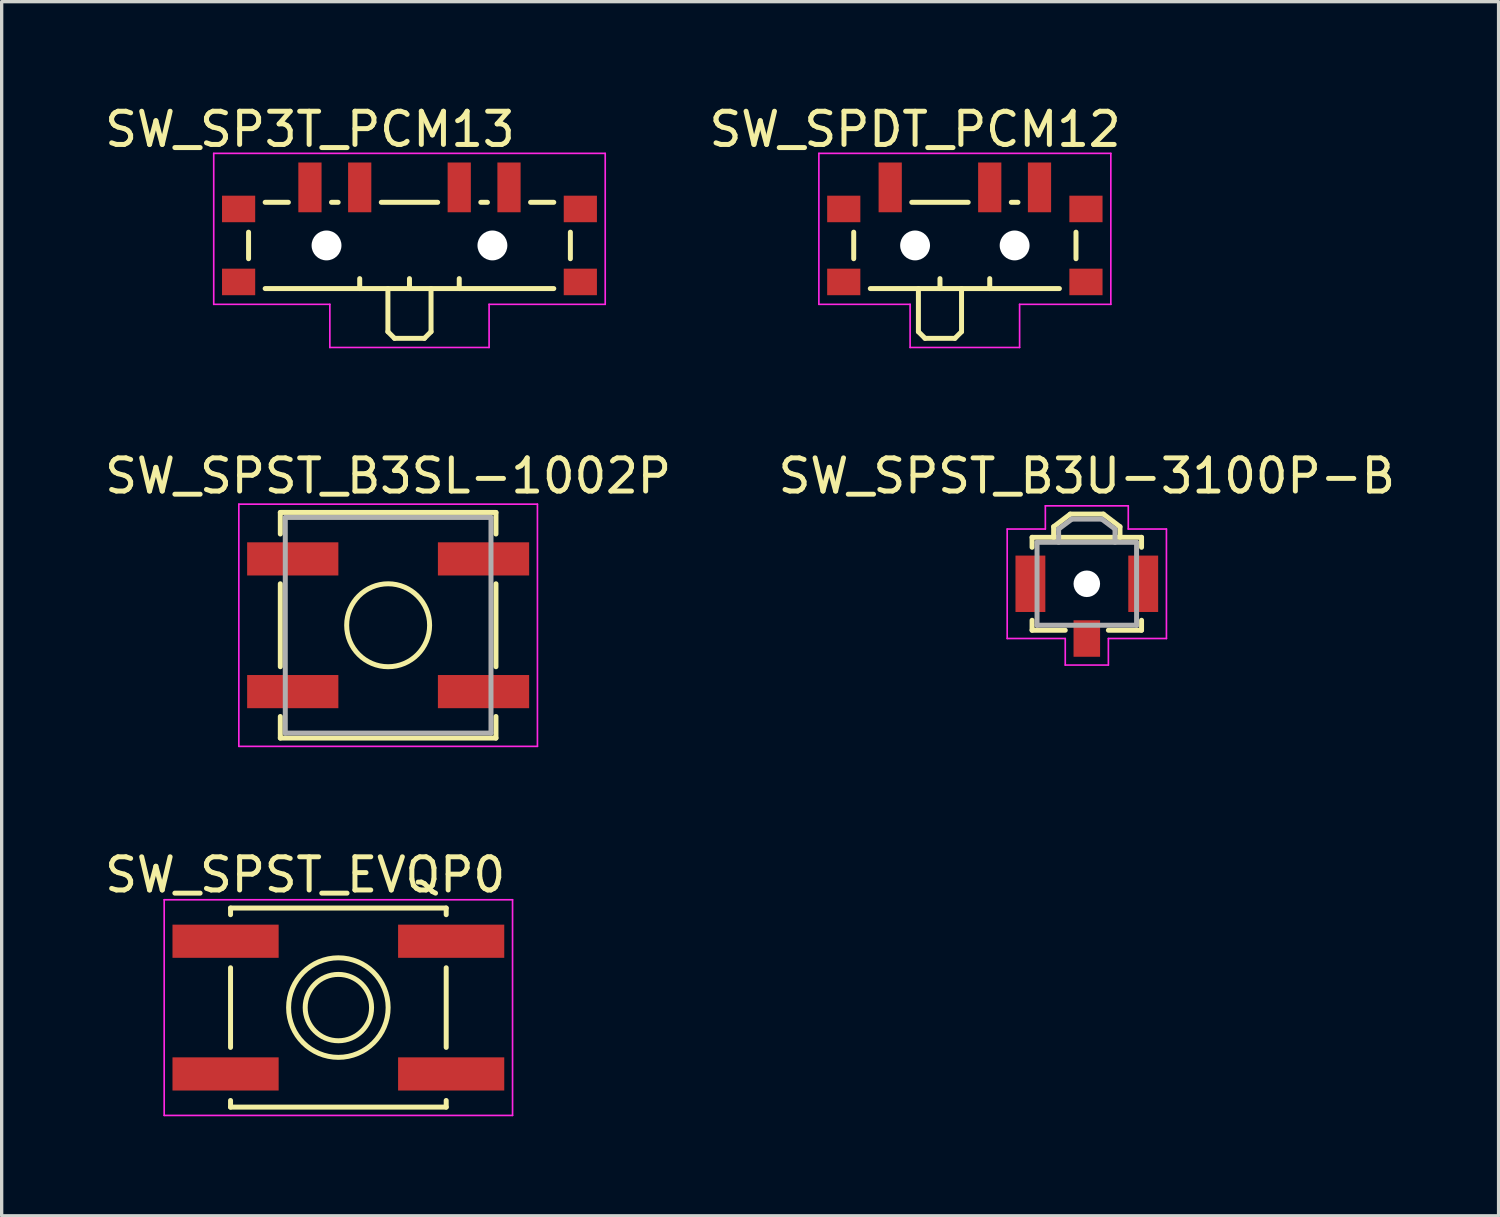
<source format=kicad_pcb>
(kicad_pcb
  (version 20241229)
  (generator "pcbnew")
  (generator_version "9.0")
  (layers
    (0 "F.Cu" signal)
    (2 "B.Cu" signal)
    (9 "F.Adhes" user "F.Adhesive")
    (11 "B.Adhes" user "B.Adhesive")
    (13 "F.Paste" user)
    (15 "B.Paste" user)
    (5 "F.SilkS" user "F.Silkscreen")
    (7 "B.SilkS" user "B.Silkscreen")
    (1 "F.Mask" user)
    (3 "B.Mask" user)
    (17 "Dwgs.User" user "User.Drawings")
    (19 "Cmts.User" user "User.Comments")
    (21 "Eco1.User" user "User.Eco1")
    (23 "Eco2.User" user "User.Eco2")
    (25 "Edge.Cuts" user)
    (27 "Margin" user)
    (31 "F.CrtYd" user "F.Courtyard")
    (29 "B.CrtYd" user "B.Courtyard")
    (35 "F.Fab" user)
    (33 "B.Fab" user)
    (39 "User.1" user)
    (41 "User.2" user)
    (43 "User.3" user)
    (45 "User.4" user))
  (footprint "SW_SPST_EVQP0"
    (layer "F.Cu")
    (at 7.149 27.32)
    (property "Reference" "SW_SPST_EVQP0" (at -1 -4 0) (layer "F.SilkS") (effects (font (size 1 1) (thickness 0.15))))
    (attr smd)
    (fp_line (start -3.25 -3) (end -3.25 -2.8) (stroke (width 0.15) (type solid)) (layer "F.SilkS"))
    (fp_line (start -3.25 -1.2) (end -3.25 1.2) (stroke (width 0.15) (type solid)) (layer "F.SilkS"))
    (fp_line (start -3.25 3) (end -3.25 2.8) (stroke (width 0.15) (type solid)) (layer "F.SilkS"))
    (fp_line (start -3.25 3) (end 3.25 3) (stroke (width 0.15) (type solid)) (layer "F.SilkS"))
    (fp_line (start 3.25 -3) (end -3.25 -3) (stroke (width 0.15) (type solid)) (layer "F.SilkS"))
    (fp_line (start 3.25 -3) (end 3.25 -2.8) (stroke (width 0.15) (type solid)) (layer "F.SilkS"))
    (fp_line (start 3.25 -1.2) (end 3.25 1.2) (stroke (width 0.15) (type solid)) (layer "F.SilkS"))
    (fp_line (start 3.25 3) (end 3.25 2.8) (stroke (width 0.15) (type solid)) (layer "F.SilkS"))
    (fp_circle (center 0 0) (end 1 0) (stroke (width 0.15) (type solid)) (fill no) (layer "F.SilkS"))
    (fp_circle (center 0 0) (end 1.5 0) (stroke (width 0.15) (type solid)) (fill no) (layer "F.SilkS"))
    (fp_line (start -5.25 -3.25) (end 5.25 -3.25) (stroke (width 0.05) (type solid)) (layer "F.CrtYd"))
    (fp_line (start -5.25 3.25) (end -5.25 -3.25) (stroke (width 0.05) (type solid)) (layer "F.CrtYd"))
    (fp_line (start 5.25 -3.25) (end 5.25 3.25) (stroke (width 0.05) (type solid)) (layer "F.CrtYd"))
    (fp_line (start 5.25 3.25) (end -5.25 3.25) (stroke (width 0.05) (type solid)) (layer "F.CrtYd"))
    (pad "1" smd rect (at -3.4 -2) (size 3.2 1) (layers "F.Cu" "F.Mask" "F.Paste"))
    (pad "1" smd rect (at 3.4 -2) (size 3.2 1) (layers "F.Cu" "F.Mask" "F.Paste"))
    (pad "2" smd rect (at -3.4 2) (size 3.2 1) (layers "F.Cu" "F.Mask" "F.Paste"))
    (pad "2" smd rect (at 3.4 2) (size 3.2 1) (layers "F.Cu" "F.Mask" "F.Paste")))
  (footprint "SW_SPST_B3SL-1002P"
    (layer "F.Cu")
    (at 8.649 15.796)
    (property "Reference" "SW_SPST_B3SL-1002P" (at 0 -4.5 0) (layer "F.SilkS") (effects (font (size 1 1) (thickness 0.15))))
    (attr smd)
    (fp_line (start -3.25 -3.4) (end -3.25 -2.75) (stroke (width 0.15) (type solid)) (layer "F.SilkS"))
    (fp_line (start -3.25 -1.25) (end -3.25 1.25) (stroke (width 0.15) (type solid)) (layer "F.SilkS"))
    (fp_line (start -3.25 3.4) (end -3.25 2.75) (stroke (width 0.15) (type solid)) (layer "F.SilkS"))
    (fp_line (start 3.25 -3.4) (end -3.25 -3.4) (stroke (width 0.15) (type solid)) (layer "F.SilkS"))
    (fp_line (start 3.25 -2.75) (end 3.25 -3.4) (stroke (width 0.15) (type solid)) (layer "F.SilkS"))
    (fp_line (start 3.25 -1.25) (end 3.25 1.25) (stroke (width 0.15) (type solid)) (layer "F.SilkS"))
    (fp_line (start 3.25 2.75) (end 3.25 3.4) (stroke (width 0.15) (type solid)) (layer "F.SilkS"))
    (fp_line (start 3.25 3.4) (end -3.25 3.4) (stroke (width 0.15) (type solid)) (layer "F.SilkS"))
    (fp_circle (center 0 0) (end 1.25 0) (stroke (width 0.15) (type solid)) (fill no) (layer "F.SilkS"))
    (fp_line (start -4.5 -3.65) (end -4.5 3.65) (stroke (width 0.05) (type solid)) (layer "F.CrtYd"))
    (fp_line (start -4.5 3.65) (end 4.5 3.65) (stroke (width 0.05) (type solid)) (layer "F.CrtYd"))
    (fp_line (start 4.5 -3.65) (end -4.5 -3.65) (stroke (width 0.05) (type solid)) (layer "F.CrtYd"))
    (fp_line (start 4.5 3.65) (end 4.5 -3.65) (stroke (width 0.05) (type solid)) (layer "F.CrtYd"))
    (fp_line (start -3.1 -3.25) (end 3.1 -3.25) (stroke (width 0.15) (type solid)) (layer "F.Fab"))
    (fp_line (start -3.1 3.25) (end -3.1 -3.25) (stroke (width 0.15) (type solid)) (layer "F.Fab"))
    (fp_line (start 3.1 -3.25) (end 3.1 3.25) (stroke (width 0.15) (type solid)) (layer "F.Fab"))
    (fp_line (start 3.1 3.25) (end -3.1 3.25) (stroke (width 0.15) (type solid)) (layer "F.Fab"))
    (pad "1" smd rect (at -2.875 -2) (size 2.75 1) (layers "F.Cu" "F.Mask" "F.Paste"))
    (pad "1" smd rect (at 2.875 -2) (size 2.75 1) (layers "F.Cu" "F.Mask" "F.Paste"))
    (pad "2" smd rect (at -2.875 2) (size 2.75 1) (layers "F.Cu" "F.Mask" "F.Paste"))
    (pad "2" smd rect (at 2.875 2) (size 2.75 1) (layers "F.Cu" "F.Mask" "F.Paste")))
  (footprint "SW_SP3T_PCM13"
    (layer "F.Cu")
    (at 9.292 4.023)
    (property "Reference" "SW_SP3T_PCM13" (at -3 -3.175 0) (layer "F.SilkS") (effects (font (size 1 1) (thickness 0.15))))
    (attr smd)
    (fp_line (start -4.85 -0.075) (end -4.85 0.725) (stroke (width 0.15) (type solid)) (layer "F.SilkS"))
    (fp_line (start -4.35 -0.975) (end -3.65 -0.975) (stroke (width 0.15) (type solid)) (layer "F.SilkS"))
    (fp_line (start -4.35 1.625) (end 4.35 1.625) (stroke (width 0.15) (type solid)) (layer "F.SilkS"))
    (fp_line (start -2.35 -0.975) (end -2.15 -0.975) (stroke (width 0.15) (type solid)) (layer "F.SilkS"))
    (fp_line (start -1.5 1.625) (end -1.5 1.325) (stroke (width 0.15) (type solid)) (layer "F.SilkS"))
    (fp_line (start -0.85 -0.975) (end 0.85 -0.975) (stroke (width 0.15) (type solid)) (layer "F.SilkS"))
    (fp_line (start -0.65 1.625) (end -0.65 2.925) (stroke (width 0.15) (type solid)) (layer "F.SilkS"))
    (fp_line (start -0.65 2.925) (end -0.45 3.125) (stroke (width 0.15) (type solid)) (layer "F.SilkS"))
    (fp_line (start 0 1.325) (end 0 1.625) (stroke (width 0.15) (type solid)) (layer "F.SilkS"))
    (fp_line (start 0.45 3.125) (end -0.45 3.125) (stroke (width 0.15) (type solid)) (layer "F.SilkS"))
    (fp_line (start 0.65 2.925) (end 0.45 3.125) (stroke (width 0.15) (type solid)) (layer "F.SilkS"))
    (fp_line (start 0.65 2.925) (end 0.65 1.625) (stroke (width 0.15) (type solid)) (layer "F.SilkS"))
    (fp_line (start 1.5 1.325) (end 1.5 1.625) (stroke (width 0.15) (type solid)) (layer "F.SilkS"))
    (fp_line (start 2.15 -0.975) (end 2.35 -0.975) (stroke (width 0.15) (type solid)) (layer "F.SilkS"))
    (fp_line (start 3.65 -0.975) (end 4.35 -0.975) (stroke (width 0.15) (type solid)) (layer "F.SilkS"))
    (fp_line (start 4.85 0.725) (end 4.85 -0.075) (stroke (width 0.15) (type solid)) (layer "F.SilkS"))
    (fp_line (start -5.9 -2.45) (end 5.9 -2.45) (stroke (width 0.05) (type solid)) (layer "F.CrtYd"))
    (fp_line (start -5.9 2.1) (end -5.9 -2.45) (stroke (width 0.05) (type solid)) (layer "F.CrtYd"))
    (fp_line (start -2.4 2.1) (end -5.9 2.1) (stroke (width 0.05) (type solid)) (layer "F.CrtYd"))
    (fp_line (start -2.4 3.4) (end -2.4 2.1) (stroke (width 0.05) (type solid)) (layer "F.CrtYd"))
    (fp_line (start 2.4 2.1) (end 2.4 3.4) (stroke (width 0.05) (type solid)) (layer "F.CrtYd"))
    (fp_line (start 2.4 3.4) (end -2.4 3.4) (stroke (width 0.05) (type solid)) (layer "F.CrtYd"))
    (fp_line (start 5.9 -2.45) (end 5.9 2.1) (stroke (width 0.05) (type solid)) (layer "F.CrtYd"))
    (fp_line (start 5.9 2.1) (end 2.4 2.1) (stroke (width 0.05) (type solid)) (layer "F.CrtYd"))
    (pad "" smd rect (at -5.15 -0.775) (size 1 0.8) (layers "F.Cu" "F.Mask" "F.Paste"))
    (pad "" smd rect (at -5.15 1.425) (size 1 0.8) (layers "F.Cu" "F.Mask" "F.Paste"))
    (pad "" np_thru_hole circle (at -2.5 0.325) (size 0.9 0.9) (drill 0.9) (layers "*.Cu" "*.Mask"))
    (pad "" np_thru_hole circle (at 2.5 0.325) (size 0.9 0.9) (drill 0.9) (layers "*.Cu" "*.Mask"))
    (pad "" smd rect (at 5.15 -0.775) (size 1 0.8) (layers "F.Cu" "F.Mask" "F.Paste"))
    (pad "" smd rect (at 5.15 1.425) (size 1 0.8) (layers "F.Cu" "F.Mask" "F.Paste"))
    (pad "1" smd rect (at -3 -1.425) (size 0.7 1.5) (layers "F.Cu" "F.Mask" "F.Paste"))
    (pad "2" smd rect (at -1.5 -1.425) (size 0.7 1.5) (layers "F.Cu" "F.Mask" "F.Paste"))
    (pad "3" smd rect (at 1.5 -1.425) (size 0.7 1.5) (layers "F.Cu" "F.Mask" "F.Paste"))
    (pad "4" smd rect (at 3 -1.425) (size 0.7 1.5) (layers "F.Cu" "F.Mask" "F.Paste")))
  (footprint "SW_SPDT_PCM12"
    (layer "F.Cu")
    (at 26.032 4.023)
    (property "Reference" "SW_SPDT_PCM12" (at -1.5 -3.175 0) (layer "F.SilkS") (effects (font (size 1 1) (thickness 0.15))))
    (attr smd)
    (fp_line (start -3.35 -0.075) (end -3.35 0.725) (stroke (width 0.15) (type solid)) (layer "F.SilkS"))
    (fp_line (start -2.85 1.625) (end 2.85 1.625) (stroke (width 0.15) (type solid)) (layer "F.SilkS"))
    (fp_line (start -1.6 -0.975) (end 0.1 -0.975) (stroke (width 0.15) (type solid)) (layer "F.SilkS"))
    (fp_line (start -1.4 1.625) (end -1.4 2.925) (stroke (width 0.15) (type solid)) (layer "F.SilkS"))
    (fp_line (start -1.4 2.925) (end -1.2 3.125) (stroke (width 0.15) (type solid)) (layer "F.SilkS"))
    (fp_line (start -1.2 3.125) (end -0.3 3.125) (stroke (width 0.15) (type solid)) (layer "F.SilkS"))
    (fp_line (start -0.75 1.325) (end -0.75 1.625) (stroke (width 0.15) (type solid)) (layer "F.SilkS"))
    (fp_line (start -0.1 2.925) (end -0.3 3.125) (stroke (width 0.15) (type solid)) (layer "F.SilkS"))
    (fp_line (start -0.1 2.925) (end -0.1 1.625) (stroke (width 0.15) (type solid)) (layer "F.SilkS"))
    (fp_line (start 0.75 1.325) (end 0.75 1.625) (stroke (width 0.15) (type solid)) (layer "F.SilkS"))
    (fp_line (start 1.4 -0.975) (end 1.6 -0.975) (stroke (width 0.15) (type solid)) (layer "F.SilkS"))
    (fp_line (start 3.35 0.725) (end 3.35 -0.075) (stroke (width 0.15) (type solid)) (layer "F.SilkS"))
    (fp_line (start -4.4 -2.45) (end 4.4 -2.45) (stroke (width 0.05) (type solid)) (layer "F.CrtYd"))
    (fp_line (start -4.4 2.1) (end -4.4 -2.45) (stroke (width 0.05) (type solid)) (layer "F.CrtYd"))
    (fp_line (start -1.65 2.1) (end -4.4 2.1) (stroke (width 0.05) (type solid)) (layer "F.CrtYd"))
    (fp_line (start -1.65 3.4) (end -1.65 2.1) (stroke (width 0.05) (type solid)) (layer "F.CrtYd"))
    (fp_line (start 1.65 2.1) (end 1.65 3.4) (stroke (width 0.05) (type solid)) (layer "F.CrtYd"))
    (fp_line (start 1.65 3.4) (end -1.65 3.4) (stroke (width 0.05) (type solid)) (layer "F.CrtYd"))
    (fp_line (start 4.4 -2.45) (end 4.4 2.1) (stroke (width 0.05) (type solid)) (layer "F.CrtYd"))
    (fp_line (start 4.4 2.1) (end 1.65 2.1) (stroke (width 0.05) (type solid)) (layer "F.CrtYd"))
    (pad "" smd rect (at -3.65 -0.775) (size 1 0.8) (layers "F.Cu" "F.Mask" "F.Paste"))
    (pad "" smd rect (at -3.65 1.425) (size 1 0.8) (layers "F.Cu" "F.Mask" "F.Paste"))
    (pad "" np_thru_hole circle (at -1.5 0.325) (size 0.9 0.9) (drill 0.9) (layers "*.Cu" "*.Mask"))
    (pad "" np_thru_hole circle (at 1.5 0.325) (size 0.9 0.9) (drill 0.9) (layers "*.Cu" "*.Mask"))
    (pad "" smd rect (at 3.65 -0.775) (size 1 0.8) (layers "F.Cu" "F.Mask" "F.Paste"))
    (pad "" smd rect (at 3.65 1.425) (size 1 0.8) (layers "F.Cu" "F.Mask" "F.Paste"))
    (pad "1" smd rect (at -2.25 -1.425) (size 0.7 1.5) (layers "F.Cu" "F.Mask" "F.Paste"))
    (pad "2" smd rect (at 0.75 -1.425) (size 0.7 1.5) (layers "F.Cu" "F.Mask" "F.Paste"))
    (pad "3" smd rect (at 2.25 -1.425) (size 0.7 1.5) (layers "F.Cu" "F.Mask" "F.Paste")))
  (footprint "SW_SPST_B3U-3100P-B"
    (layer "F.Cu")
    (at 29.708 14.546)
    (property "Reference" "SW_SPST_B3U-3100P-B" (at 0 -3.25 0) (layer "F.SilkS") (effects (font (size 1 1) (thickness 0.15))))
    (attr smd)
    (fp_line (start -1.65 -1.4) (end 1.65 -1.4) (stroke (width 0.15) (type solid)) (layer "F.SilkS"))
    (fp_line (start -1.65 -1.1) (end -1.65 -1.4) (stroke (width 0.15) (type solid)) (layer "F.SilkS"))
    (fp_line (start -1.65 1.1) (end -1.65 1.4) (stroke (width 0.15) (type solid)) (layer "F.SilkS"))
    (fp_line (start -1.65 1.4) (end -0.65 1.4) (stroke (width 0.15) (type solid)) (layer "F.SilkS"))
    (fp_line (start -1 -1.72) (end -1 -1.4) (stroke (width 0.15) (type solid)) (layer "F.SilkS"))
    (fp_line (start -0.5 -2.1) (end -1 -1.72) (stroke (width 0.15) (type solid)) (layer "F.SilkS"))
    (fp_line (start -0.5 -2.1) (end 0.5 -2.1) (stroke (width 0.15) (type solid)) (layer "F.SilkS"))
    (fp_line (start 0.5 -2.1) (end 1 -1.72) (stroke (width 0.15) (type solid)) (layer "F.SilkS"))
    (fp_line (start 1 -1.72) (end 1 -1.4) (stroke (width 0.15) (type solid)) (layer "F.SilkS"))
    (fp_line (start 1.65 -1.4) (end 1.65 -1.1) (stroke (width 0.15) (type solid)) (layer "F.SilkS"))
    (fp_line (start 1.65 1.4) (end 0.65 1.4) (stroke (width 0.15) (type solid)) (layer "F.SilkS"))
    (fp_line (start 1.65 1.4) (end 1.65 1.1) (stroke (width 0.15) (type solid)) (layer "F.SilkS"))
    (fp_line (start -2.4 -1.65) (end -2.4 1.65) (stroke (width 0.05) (type solid)) (layer "F.CrtYd"))
    (fp_line (start -2.4 1.65) (end -0.65 1.65) (stroke (width 0.05) (type solid)) (layer "F.CrtYd"))
    (fp_line (start -1.25 -2.35) (end 1.25 -2.35) (stroke (width 0.05) (type solid)) (layer "F.CrtYd"))
    (fp_line (start -1.25 -1.65) (end -2.4 -1.65) (stroke (width 0.05) (type solid)) (layer "F.CrtYd"))
    (fp_line (start -1.25 -1.65) (end -1.25 -2.35) (stroke (width 0.05) (type solid)) (layer "F.CrtYd"))
    (fp_line (start -0.65 1.65) (end -0.65 2.45) (stroke (width 0.05) (type solid)) (layer "F.CrtYd"))
    (fp_line (start -0.65 2.45) (end 0.65 2.45) (stroke (width 0.05) (type solid)) (layer "F.CrtYd"))
    (fp_line (start 0.65 1.65) (end 2.4 1.65) (stroke (width 0.05) (type solid)) (layer "F.CrtYd"))
    (fp_line (start 0.65 2.45) (end 0.65 1.65) (stroke (width 0.05) (type solid)) (layer "F.CrtYd"))
    (fp_line (start 1.25 -2.35) (end 1.25 -1.65) (stroke (width 0.05) (type solid)) (layer "F.CrtYd"))
    (fp_line (start 1.25 -1.65) (end 2.4 -1.65) (stroke (width 0.05) (type solid)) (layer "F.CrtYd"))
    (fp_line (start 2.4 1.65) (end 2.4 -1.65) (stroke (width 0.05) (type solid)) (layer "F.CrtYd"))
    (fp_line (start -1.5 -1.25) (end 1.5 -1.25) (stroke (width 0.15) (type solid)) (layer "F.Fab"))
    (fp_line (start -1.5 1.25) (end -1.5 -1.25) (stroke (width 0.15) (type solid)) (layer "F.Fab"))
    (fp_line (start -0.85 -1.65) (end -0.45 -1.95) (stroke (width 0.15) (type solid)) (layer "F.Fab"))
    (fp_line (start -0.85 -1.25) (end -0.85 -1.65) (stroke (width 0.15) (type solid)) (layer "F.Fab"))
    (fp_line (start -0.45 -1.95) (end 0.45 -1.95) (stroke (width 0.15) (type solid)) (layer "F.Fab"))
    (fp_line (start 0.45 -1.95) (end 0.85 -1.65) (stroke (width 0.15) (type solid)) (layer "F.Fab"))
    (fp_line (start 0.85 -1.65) (end 0.85 -1.25) (stroke (width 0.15) (type solid)) (layer "F.Fab"))
    (fp_line (start 1.5 -1.25) (end 1.5 1.25) (stroke (width 0.15) (type solid)) (layer "F.Fab"))
    (fp_line (start 1.5 1.25) (end -1.5 1.25) (stroke (width 0.15) (type solid)) (layer "F.Fab"))
    (pad "" np_thru_hole circle (at 0 0) (size 0.8 0.8) (drill 0.8) (layers "*.Cu" "*.Mask"))
    (pad "1" smd rect (at -1.7 0) (size 0.9 1.7) (layers "F.Cu" "F.Mask" "F.Paste"))
    (pad "2" smd rect (at 1.7 0) (size 0.9 1.7) (layers "F.Cu" "F.Mask" "F.Paste"))
    (pad "3" smd rect (at 0 1.65) (size 0.8 1.1) (layers "F.Cu" "F.Mask" "F.Paste")))
  (gr_rect
    (start -3 -3)
    (end 42.119 33.595)
    (stroke (width 0.1) (type default))
    (fill no)
    (layer "Edge.Cuts")))
</source>
